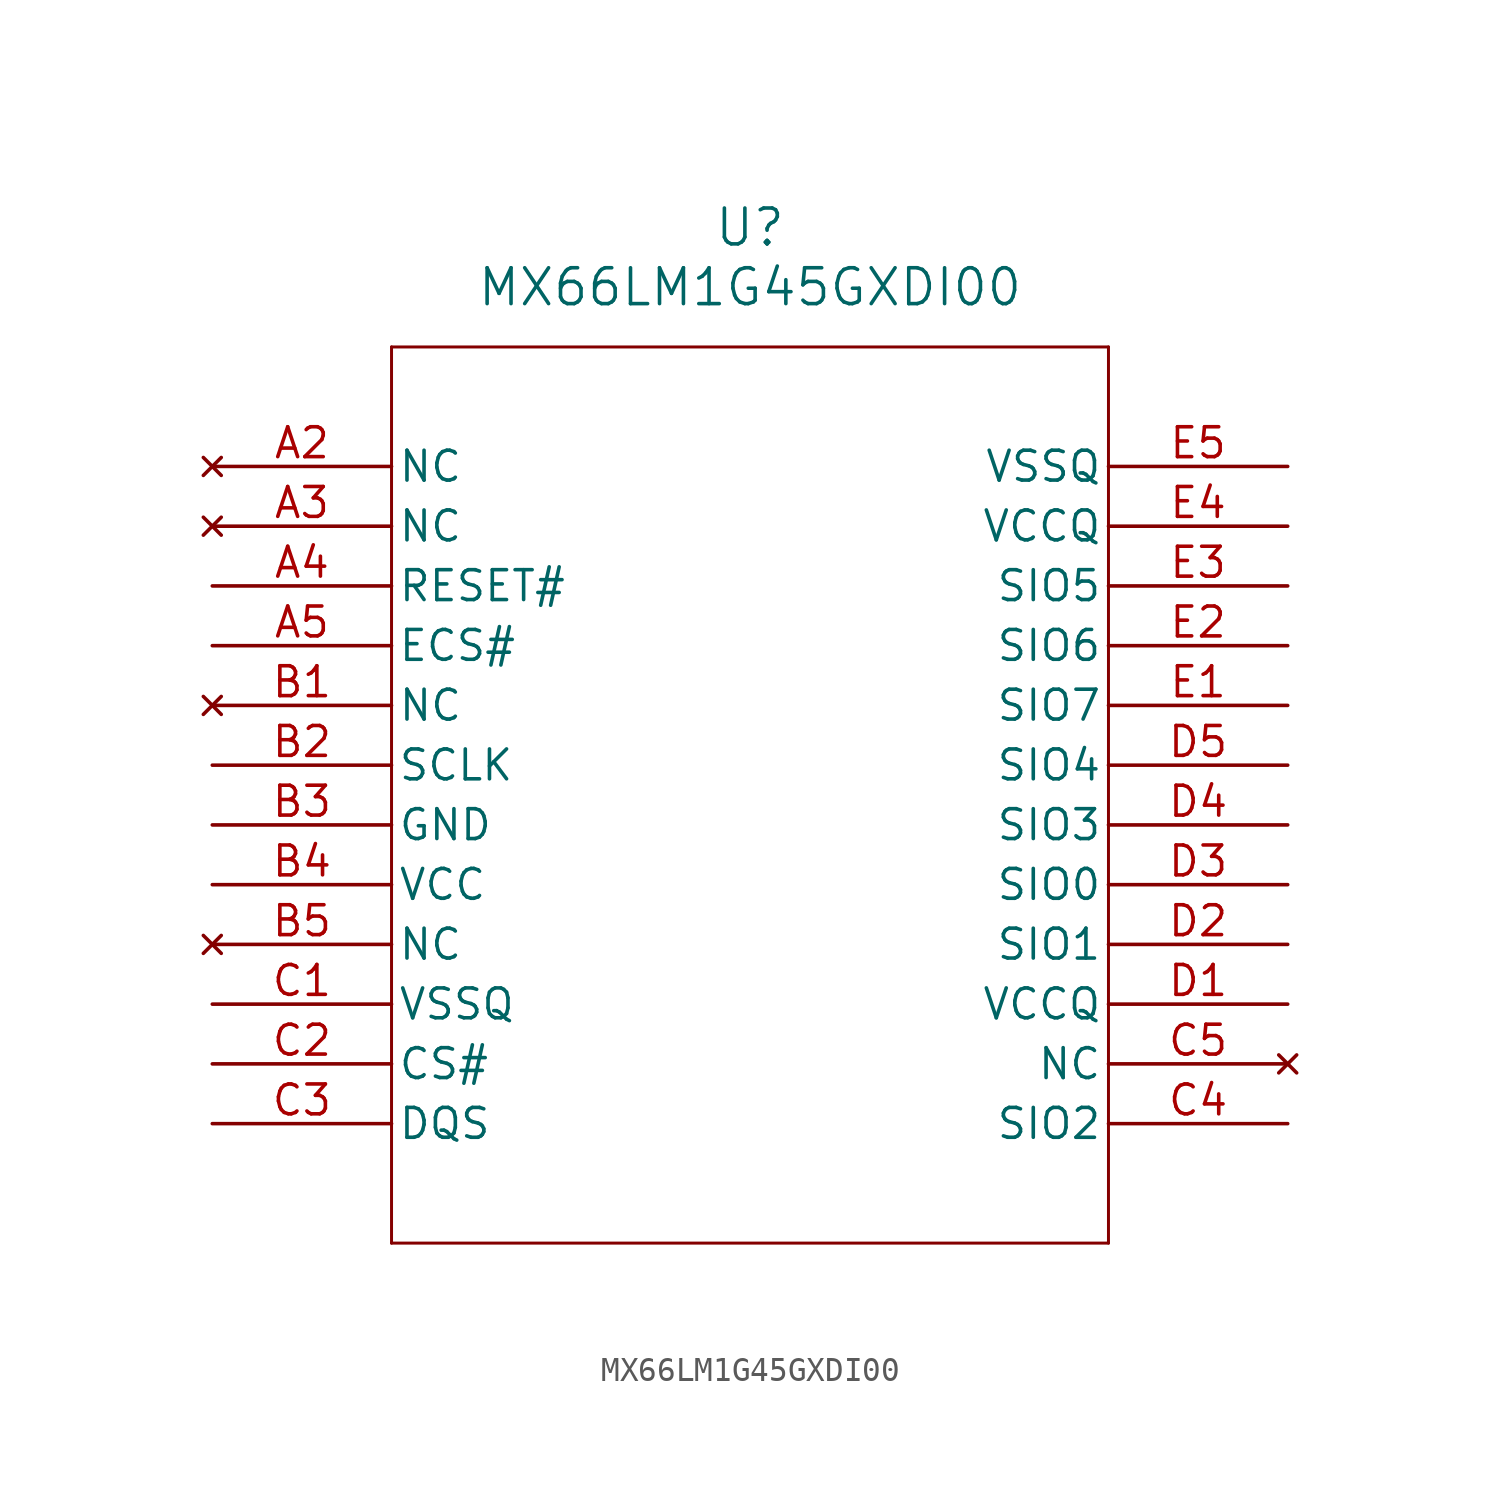
<source format=kicad_sym>
(kicad_symbol_lib
  (version 20211014)
  (generator kicad_symbol_editor)
  (symbol "MX66LM1G45GXDI00"
    (pin_names
      (offset 0.254))
    (property "Reference" "U"
      (at 22.86 10.16 0)
      (effects (font (size 1.524 1.524))))
    (property "Value" "MX66LM1G45GXDI00"
      (at 22.86 7.62 0)
      (effects (font (size 1.524 1.524))))
    (symbol "MX66LM1G45GXDI00_0_1"
      (polyline (pts (xy 7.62 5.08) (xy 7.62 -33.02)) (stroke (width 0.127) (type default) (color 0 0 0 0)) (fill (type none)))
      (polyline (pts (xy 7.62 -33.02) (xy 38.1 -33.02)) (stroke (width 0.127) (type default) (color 0 0 0 0)) (fill (type none)))
      (polyline (pts (xy 38.1 -33.02) (xy 38.1 5.08)) (stroke (width 0.127) (type default) (color 0 0 0 0)) (fill (type none)))
      (polyline (pts (xy 38.1 5.08) (xy 7.62 5.08)) (stroke (width 0.127) (type default) (color 0 0 0 0)) (fill (type none)))
      (pin no_connect line (at 0 0 0) (length 7.62) (name "NC" (effects (font (size 1.27 1.27)))) (number "A2" (effects (font (size 1.27 1.27)))))
      (pin no_connect line (at 0 -2.54 0) (length 7.62) (name "NC" (effects (font (size 1.27 1.27)))) (number "A3" (effects (font (size 1.27 1.27)))))
      (pin input line (at 0 -5.08 0) (length 7.62) (name "RESET#" (effects (font (size 1.27 1.27)))) (number "A4" (effects (font (size 1.27 1.27)))))
      (pin output line (at 0 -7.62 0) (length 7.62) (name "ECS#" (effects (font (size 1.27 1.27)))) (number "A5" (effects (font (size 1.27 1.27)))))
      (pin no_connect line (at 0 -10.16 0) (length 7.62) (name "NC" (effects (font (size 1.27 1.27)))) (number "B1" (effects (font (size 1.27 1.27)))))
      (pin input line (at 0 -12.7 0) (length 7.62) (name "SCLK" (effects (font (size 1.27 1.27)))) (number "B2" (effects (font (size 1.27 1.27)))))
      (pin power_out line (at 0 -15.24 0) (length 7.62) (name "GND" (effects (font (size 1.27 1.27)))) (number "B3" (effects (font (size 1.27 1.27)))))
      (pin power_in line (at 0 -17.78 0) (length 7.62) (name "VCC" (effects (font (size 1.27 1.27)))) (number "B4" (effects (font (size 1.27 1.27)))))
      (pin no_connect line (at 0 -20.32 0) (length 7.62) (name "NC" (effects (font (size 1.27 1.27)))) (number "B5" (effects (font (size 1.27 1.27)))))
      (pin power_out line (at 0 -22.86 0) (length 7.62) (name "VSSQ" (effects (font (size 1.27 1.27)))) (number "C1" (effects (font (size 1.27 1.27)))))
      (pin input line (at 0 -25.4 0) (length 7.62) (name "CS#" (effects (font (size 1.27 1.27)))) (number "C2" (effects (font (size 1.27 1.27)))))
      (pin unspecified line (at 0 -27.94 0) (length 7.62) (name "DQS" (effects (font (size 1.27 1.27)))) (number "C3" (effects (font (size 1.27 1.27)))))
      (pin bidirectional line (at 45.72 -27.94 180) (length 7.62) (name "SIO2" (effects (font (size 1.27 1.27)))) (number "C4" (effects (font (size 1.27 1.27)))))
      (pin no_connect line (at 45.72 -25.4 180) (length 7.62) (name "NC" (effects (font (size 1.27 1.27)))) (number "C5" (effects (font (size 1.27 1.27)))))
      (pin power_in line (at 45.72 -22.86 180) (length 7.62) (name "VCCQ" (effects (font (size 1.27 1.27)))) (number "D1" (effects (font (size 1.27 1.27)))))
      (pin bidirectional line (at 45.72 -20.32 180) (length 7.62) (name "SIO1" (effects (font (size 1.27 1.27)))) (number "D2" (effects (font (size 1.27 1.27)))))
      (pin bidirectional line (at 45.72 -17.78 180) (length 7.62) (name "SIO0" (effects (font (size 1.27 1.27)))) (number "D3" (effects (font (size 1.27 1.27)))))
      (pin bidirectional line (at 45.72 -15.24 180) (length 7.62) (name "SIO3" (effects (font (size 1.27 1.27)))) (number "D4" (effects (font (size 1.27 1.27)))))
      (pin bidirectional line (at 45.72 -12.7 180) (length 7.62) (name "SIO4" (effects (font (size 1.27 1.27)))) (number "D5" (effects (font (size 1.27 1.27)))))
      (pin bidirectional line (at 45.72 -10.16 180) (length 7.62) (name "SIO7" (effects (font (size 1.27 1.27)))) (number "E1" (effects (font (size 1.27 1.27)))))
      (pin bidirectional line (at 45.72 -7.62 180) (length 7.62) (name "SIO6" (effects (font (size 1.27 1.27)))) (number "E2" (effects (font (size 1.27 1.27)))))
      (pin bidirectional line (at 45.72 -5.08 180) (length 7.62) (name "SIO5" (effects (font (size 1.27 1.27)))) (number "E3" (effects (font (size 1.27 1.27)))))
      (pin power_in line (at 45.72 -2.54 180) (length 7.62) (name "VCCQ" (effects (font (size 1.27 1.27)))) (number "E4" (effects (font (size 1.27 1.27)))))
      (pin power_out line (at 45.72 0 180) (length 7.62) (name "VSSQ" (effects (font (size 1.27 1.27)))) (number "E5" (effects (font (size 1.27 1.27))))))))
</source>
